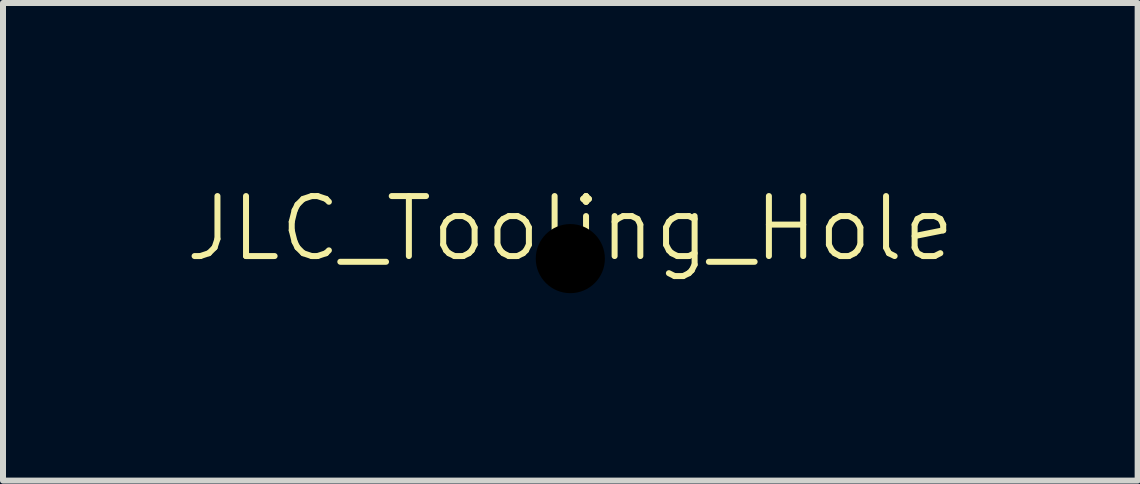
<source format=kicad_pcb>
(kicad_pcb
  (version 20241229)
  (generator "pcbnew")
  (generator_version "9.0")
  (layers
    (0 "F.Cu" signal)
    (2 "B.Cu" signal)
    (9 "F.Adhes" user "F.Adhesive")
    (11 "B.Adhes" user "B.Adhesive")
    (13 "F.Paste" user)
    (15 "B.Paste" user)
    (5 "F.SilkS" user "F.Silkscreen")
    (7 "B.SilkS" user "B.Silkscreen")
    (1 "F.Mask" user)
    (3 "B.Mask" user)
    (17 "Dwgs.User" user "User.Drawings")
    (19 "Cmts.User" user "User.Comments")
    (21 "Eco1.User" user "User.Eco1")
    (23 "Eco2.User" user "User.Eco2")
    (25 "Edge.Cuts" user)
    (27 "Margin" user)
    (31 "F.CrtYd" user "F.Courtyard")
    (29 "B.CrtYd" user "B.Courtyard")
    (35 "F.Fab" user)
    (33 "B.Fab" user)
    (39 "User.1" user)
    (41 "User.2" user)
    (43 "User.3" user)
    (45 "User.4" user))
  (footprint "JLC_Tooling_Hole"
    (layer "F.Cu")
    (at 6.455 1.26)
    (property "Reference" "JLC_Tooling_Hole" (at 0 -0.5 0) (unlocked yes) (layer "F.SilkS") (effects (font (size 1 1) (thickness 0.1))))
    (pad "" np_thru_hole circle (at 0 0) (size 1.4 1.4) (drill 1.152) (layers "*.Mask")))
  (gr_rect
    (start -3 -3)
    (end 15.91 4.96)
    (stroke (width 0.1) (type default))
    (fill no)
    (layer "Edge.Cuts")))
</source>
